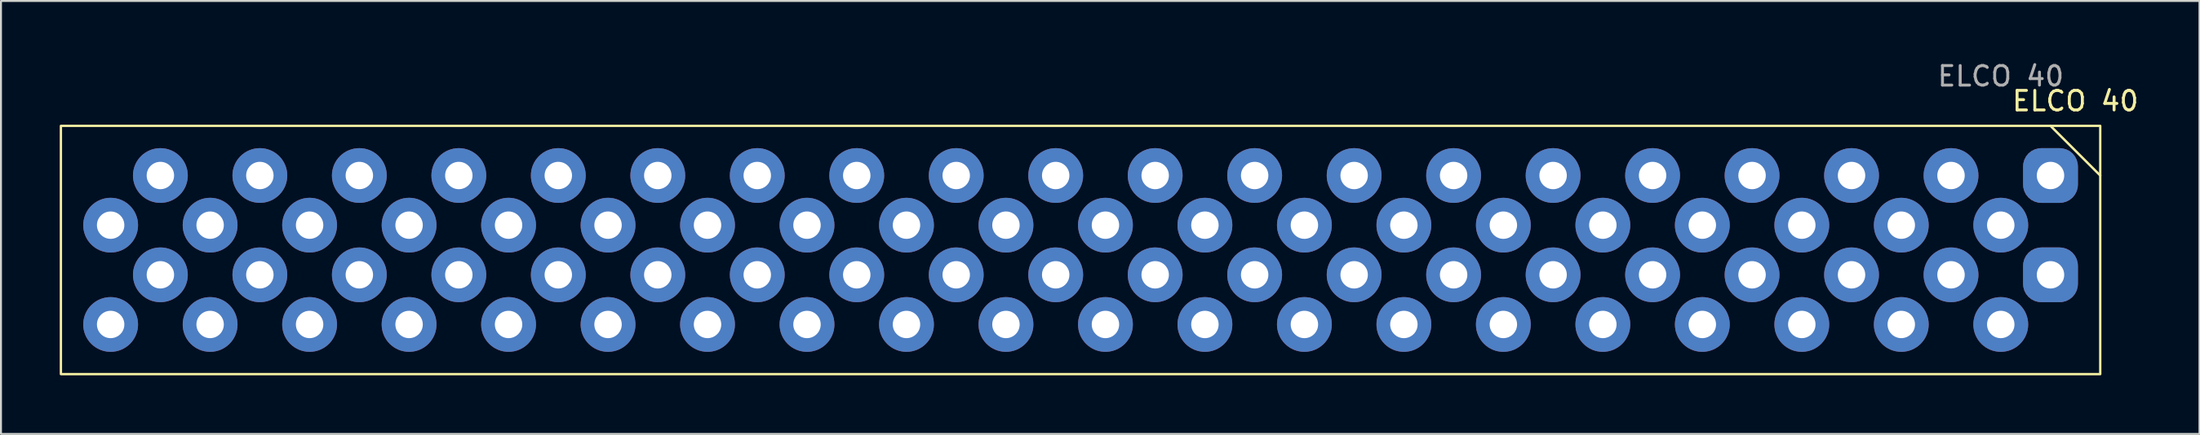
<source format=kicad_pcb>
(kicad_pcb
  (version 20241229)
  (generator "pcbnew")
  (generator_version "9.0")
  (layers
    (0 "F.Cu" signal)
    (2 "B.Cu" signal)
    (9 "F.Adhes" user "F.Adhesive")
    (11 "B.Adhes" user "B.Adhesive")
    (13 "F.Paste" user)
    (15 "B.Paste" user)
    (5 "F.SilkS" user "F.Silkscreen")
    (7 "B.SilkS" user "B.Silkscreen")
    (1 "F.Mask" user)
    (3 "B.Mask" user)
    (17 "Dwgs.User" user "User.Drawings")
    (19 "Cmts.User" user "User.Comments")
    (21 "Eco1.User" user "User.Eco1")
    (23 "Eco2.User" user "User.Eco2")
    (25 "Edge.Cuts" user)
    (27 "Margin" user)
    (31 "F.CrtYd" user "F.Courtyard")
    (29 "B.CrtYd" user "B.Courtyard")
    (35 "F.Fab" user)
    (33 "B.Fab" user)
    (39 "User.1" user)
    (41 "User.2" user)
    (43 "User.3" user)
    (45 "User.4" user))
  (footprint "ELCO 40"
    (layer "F.Cu")
    (at 101.66 5.928)
    (property "Reference" "ELCO 40" (at 1.27 -3.81 0) (unlocked yes) (layer "F.SilkS") (effects (font (size 1 1) (thickness 0.15))))
    (attr through_hole)
    (fp_line (start 0 -2.54) (end 2.54 0) (stroke (width 0.12) (type default)) (layer "F.SilkS"))
    (fp_rect (start -101.6 -2.54) (end 2.54 10.16) (stroke (width 0.12) (type default)) (fill no) (layer "F.SilkS"))
    (fp_text user "${REFERENCE}" (at -2.54 -5.08 0) (unlocked yes) (layer "F.Fab") (effects (font (size 1 1) (thickness 0.15))))
    (pad "1" thru_hole roundrect (at 0 0) (size 2.8 2.8) (drill 1.4) (layers "*.Cu" "*.Mask") (roundrect_rratio 0.333))
    (pad "1" thru_hole roundrect (at 0 5.08) (size 2.8 2.8) (drill 1.4) (layers "*.Cu" "*.Mask") (roundrect_rratio 0.333))
    (pad "2" thru_hole circle (at -2.54 2.54) (size 2.8 2.8) (drill 1.4) (layers "*.Cu" "*.Mask"))
    (pad "2" thru_hole circle (at -2.54 7.62) (size 2.8 2.8) (drill 1.4) (layers "*.Cu" "*.Mask"))
    (pad "3" thru_hole circle (at -5.08 0) (size 2.8 2.8) (drill 1.4) (layers "*.Cu" "*.Mask"))
    (pad "3" thru_hole circle (at -5.08 5.08) (size 2.8 2.8) (drill 1.4) (layers "*.Cu" "*.Mask"))
    (pad "4" thru_hole circle (at -7.62 2.54) (size 2.8 2.8) (drill 1.4) (layers "*.Cu" "*.Mask"))
    (pad "4" thru_hole circle (at -7.62 7.62) (size 2.8 2.8) (drill 1.4) (layers "*.Cu" "*.Mask"))
    (pad "5" thru_hole circle (at -10.16 0) (size 2.8 2.8) (drill 1.4) (layers "*.Cu" "*.Mask"))
    (pad "5" thru_hole circle (at -10.16 5.08) (size 2.8 2.8) (drill 1.4) (layers "*.Cu" "*.Mask"))
    (pad "6" thru_hole circle (at -12.7 2.54) (size 2.8 2.8) (drill 1.4) (layers "*.Cu" "*.Mask"))
    (pad "6" thru_hole circle (at -12.7 7.62) (size 2.8 2.8) (drill 1.4) (layers "*.Cu" "*.Mask"))
    (pad "7" thru_hole circle (at -15.24 0) (size 2.8 2.8) (drill 1.4) (layers "*.Cu" "*.Mask"))
    (pad "7" thru_hole circle (at -15.24 5.08) (size 2.8 2.8) (drill 1.4) (layers "*.Cu" "*.Mask"))
    (pad "8" thru_hole circle (at -17.78 2.54) (size 2.8 2.8) (drill 1.4) (layers "*.Cu" "*.Mask"))
    (pad "8" thru_hole circle (at -17.78 7.62) (size 2.8 2.8) (drill 1.4) (layers "*.Cu" "*.Mask"))
    (pad "9" thru_hole circle (at -20.32 0) (size 2.8 2.8) (drill 1.4) (layers "*.Cu" "*.Mask"))
    (pad "9" thru_hole circle (at -20.32 5.08) (size 2.8 2.8) (drill 1.4) (layers "*.Cu" "*.Mask"))
    (pad "10" thru_hole circle (at -22.86 2.54) (size 2.8 2.8) (drill 1.4) (layers "*.Cu" "*.Mask"))
    (pad "10" thru_hole circle (at -22.86 7.62) (size 2.8 2.8) (drill 1.4) (layers "*.Cu" "*.Mask"))
    (pad "11" thru_hole circle (at -25.4 0) (size 2.8 2.8) (drill 1.4) (layers "*.Cu" "*.Mask"))
    (pad "11" thru_hole circle (at -25.4 5.08) (size 2.8 2.8) (drill 1.4) (layers "*.Cu" "*.Mask"))
    (pad "12" thru_hole circle (at -27.94 2.54) (size 2.8 2.8) (drill 1.4) (layers "*.Cu" "*.Mask"))
    (pad "12" thru_hole circle (at -27.94 7.62) (size 2.8 2.8) (drill 1.4) (layers "*.Cu" "*.Mask"))
    (pad "13" thru_hole circle (at -30.48 0) (size 2.8 2.8) (drill 1.4) (layers "*.Cu" "*.Mask"))
    (pad "13" thru_hole circle (at -30.48 5.08) (size 2.8 2.8) (drill 1.4) (layers "*.Cu" "*.Mask"))
    (pad "14" thru_hole circle (at -33.02 2.54) (size 2.8 2.8) (drill 1.4) (layers "*.Cu" "*.Mask"))
    (pad "14" thru_hole circle (at -33.02 7.62) (size 2.8 2.8) (drill 1.4) (layers "*.Cu" "*.Mask"))
    (pad "15" thru_hole circle (at -35.56 0) (size 2.8 2.8) (drill 1.4) (layers "*.Cu" "*.Mask"))
    (pad "15" thru_hole circle (at -35.56 5.08) (size 2.8 2.8) (drill 1.4) (layers "*.Cu" "*.Mask"))
    (pad "16" thru_hole circle (at -38.1 2.54) (size 2.8 2.8) (drill 1.4) (layers "*.Cu" "*.Mask"))
    (pad "16" thru_hole circle (at -38.1 7.62) (size 2.8 2.8) (drill 1.4) (layers "*.Cu" "*.Mask"))
    (pad "17" thru_hole circle (at -40.64 0) (size 2.8 2.8) (drill 1.4) (layers "*.Cu" "*.Mask"))
    (pad "17" thru_hole circle (at -40.64 5.08) (size 2.8 2.8) (drill 1.4) (layers "*.Cu" "*.Mask"))
    (pad "18" thru_hole circle (at -43.18 2.54) (size 2.8 2.8) (drill 1.4) (layers "*.Cu" "*.Mask"))
    (pad "18" thru_hole circle (at -43.18 7.62) (size 2.8 2.8) (drill 1.4) (layers "*.Cu" "*.Mask"))
    (pad "19" thru_hole circle (at -45.72 0) (size 2.8 2.8) (drill 1.4) (layers "*.Cu" "*.Mask"))
    (pad "19" thru_hole circle (at -45.72 5.08) (size 2.8 2.8) (drill 1.4) (layers "*.Cu" "*.Mask"))
    (pad "20" thru_hole circle (at -48.26 2.54) (size 2.8 2.8) (drill 1.4) (layers "*.Cu" "*.Mask"))
    (pad "20" thru_hole circle (at -48.26 7.62) (size 2.8 2.8) (drill 1.4) (layers "*.Cu" "*.Mask"))
    (pad "21" thru_hole circle (at -50.8 0) (size 2.8 2.8) (drill 1.4) (layers "*.Cu" "*.Mask"))
    (pad "21" thru_hole circle (at -50.8 5.08) (size 2.8 2.8) (drill 1.4) (layers "*.Cu" "*.Mask"))
    (pad "22" thru_hole circle (at -53.34 2.54) (size 2.8 2.8) (drill 1.4) (layers "*.Cu" "*.Mask"))
    (pad "22" thru_hole circle (at -53.34 7.62) (size 2.8 2.8) (drill 1.4) (layers "*.Cu" "*.Mask"))
    (pad "23" thru_hole circle (at -55.88 0) (size 2.8 2.8) (drill 1.4) (layers "*.Cu" "*.Mask"))
    (pad "23" thru_hole circle (at -55.88 5.08) (size 2.8 2.8) (drill 1.4) (layers "*.Cu" "*.Mask"))
    (pad "24" thru_hole circle (at -58.42 2.54) (size 2.8 2.8) (drill 1.4) (layers "*.Cu" "*.Mask"))
    (pad "24" thru_hole circle (at -58.42 7.62) (size 2.8 2.8) (drill 1.4) (layers "*.Cu" "*.Mask"))
    (pad "25" thru_hole circle (at -60.96 0) (size 2.8 2.8) (drill 1.4) (layers "*.Cu" "*.Mask"))
    (pad "25" thru_hole circle (at -60.96 5.08) (size 2.8 2.8) (drill 1.4) (layers "*.Cu" "*.Mask"))
    (pad "26" thru_hole circle (at -63.5 2.54) (size 2.8 2.8) (drill 1.4) (layers "*.Cu" "*.Mask"))
    (pad "26" thru_hole circle (at -63.5 7.62) (size 2.8 2.8) (drill 1.4) (layers "*.Cu" "*.Mask"))
    (pad "27" thru_hole circle (at -66.04 0) (size 2.8 2.8) (drill 1.4) (layers "*.Cu" "*.Mask"))
    (pad "27" thru_hole circle (at -66.04 5.08) (size 2.8 2.8) (drill 1.4) (layers "*.Cu" "*.Mask"))
    (pad "28" thru_hole circle (at -68.58 2.54) (size 2.8 2.8) (drill 1.4) (layers "*.Cu" "*.Mask"))
    (pad "28" thru_hole circle (at -68.58 7.62) (size 2.8 2.8) (drill 1.4) (layers "*.Cu" "*.Mask"))
    (pad "29" thru_hole circle (at -71.12 0) (size 2.8 2.8) (drill 1.4) (layers "*.Cu" "*.Mask"))
    (pad "29" thru_hole circle (at -71.12 5.08) (size 2.8 2.8) (drill 1.4) (layers "*.Cu" "*.Mask"))
    (pad "30" thru_hole circle (at -73.66 2.54) (size 2.8 2.8) (drill 1.4) (layers "*.Cu" "*.Mask"))
    (pad "30" thru_hole circle (at -73.66 7.62) (size 2.8 2.8) (drill 1.4) (layers "*.Cu" "*.Mask"))
    (pad "31" thru_hole circle (at -76.2 0) (size 2.8 2.8) (drill 1.4) (layers "*.Cu" "*.Mask"))
    (pad "31" thru_hole circle (at -76.2 5.08) (size 2.8 2.8) (drill 1.4) (layers "*.Cu" "*.Mask"))
    (pad "32" thru_hole circle (at -78.74 2.54) (size 2.8 2.8) (drill 1.4) (layers "*.Cu" "*.Mask"))
    (pad "32" thru_hole circle (at -78.74 7.62) (size 2.8 2.8) (drill 1.4) (layers "*.Cu" "*.Mask"))
    (pad "33" thru_hole circle (at -81.28 0) (size 2.8 2.8) (drill 1.4) (layers "*.Cu" "*.Mask"))
    (pad "33" thru_hole circle (at -81.28 5.08) (size 2.8 2.8) (drill 1.4) (layers "*.Cu" "*.Mask"))
    (pad "34" thru_hole circle (at -83.82 2.54) (size 2.8 2.8) (drill 1.4) (layers "*.Cu" "*.Mask"))
    (pad "34" thru_hole circle (at -83.82 7.62) (size 2.8 2.8) (drill 1.4) (layers "*.Cu" "*.Mask"))
    (pad "35" thru_hole circle (at -86.36 0) (size 2.8 2.8) (drill 1.4) (layers "*.Cu" "*.Mask"))
    (pad "35" thru_hole circle (at -86.36 5.08) (size 2.8 2.8) (drill 1.4) (layers "*.Cu" "*.Mask"))
    (pad "36" thru_hole circle (at -88.9 2.54) (size 2.8 2.8) (drill 1.4) (layers "*.Cu" "*.Mask"))
    (pad "36" thru_hole circle (at -88.9 7.62) (size 2.8 2.8) (drill 1.4) (layers "*.Cu" "*.Mask"))
    (pad "37" thru_hole circle (at -91.44 0) (size 2.8 2.8) (drill 1.4) (layers "*.Cu" "*.Mask"))
    (pad "37" thru_hole circle (at -91.44 5.08) (size 2.8 2.8) (drill 1.4) (layers "*.Cu" "*.Mask"))
    (pad "38" thru_hole circle (at -93.98 2.54) (size 2.8 2.8) (drill 1.4) (layers "*.Cu" "*.Mask"))
    (pad "38" thru_hole circle (at -93.98 7.62) (size 2.8 2.8) (drill 1.4) (layers "*.Cu" "*.Mask"))
    (pad "39" thru_hole circle (at -96.52 0) (size 2.8 2.8) (drill 1.4) (layers "*.Cu" "*.Mask"))
    (pad "39" thru_hole circle (at -96.52 5.08) (size 2.8 2.8) (drill 1.4) (layers "*.Cu" "*.Mask"))
    (pad "40" thru_hole circle (at -99.06 2.54) (size 2.8 2.8) (drill 1.4) (layers "*.Cu" "*.Mask"))
    (pad "40" thru_hole circle (at -99.06 7.62) (size 2.8 2.8) (drill 1.4) (layers "*.Cu" "*.Mask")))
  (gr_rect
    (start -3 -3)
    (end 109.269 19.148)
    (stroke (width 0.1) (type default))
    (fill no)
    (layer "Edge.Cuts")))
</source>
